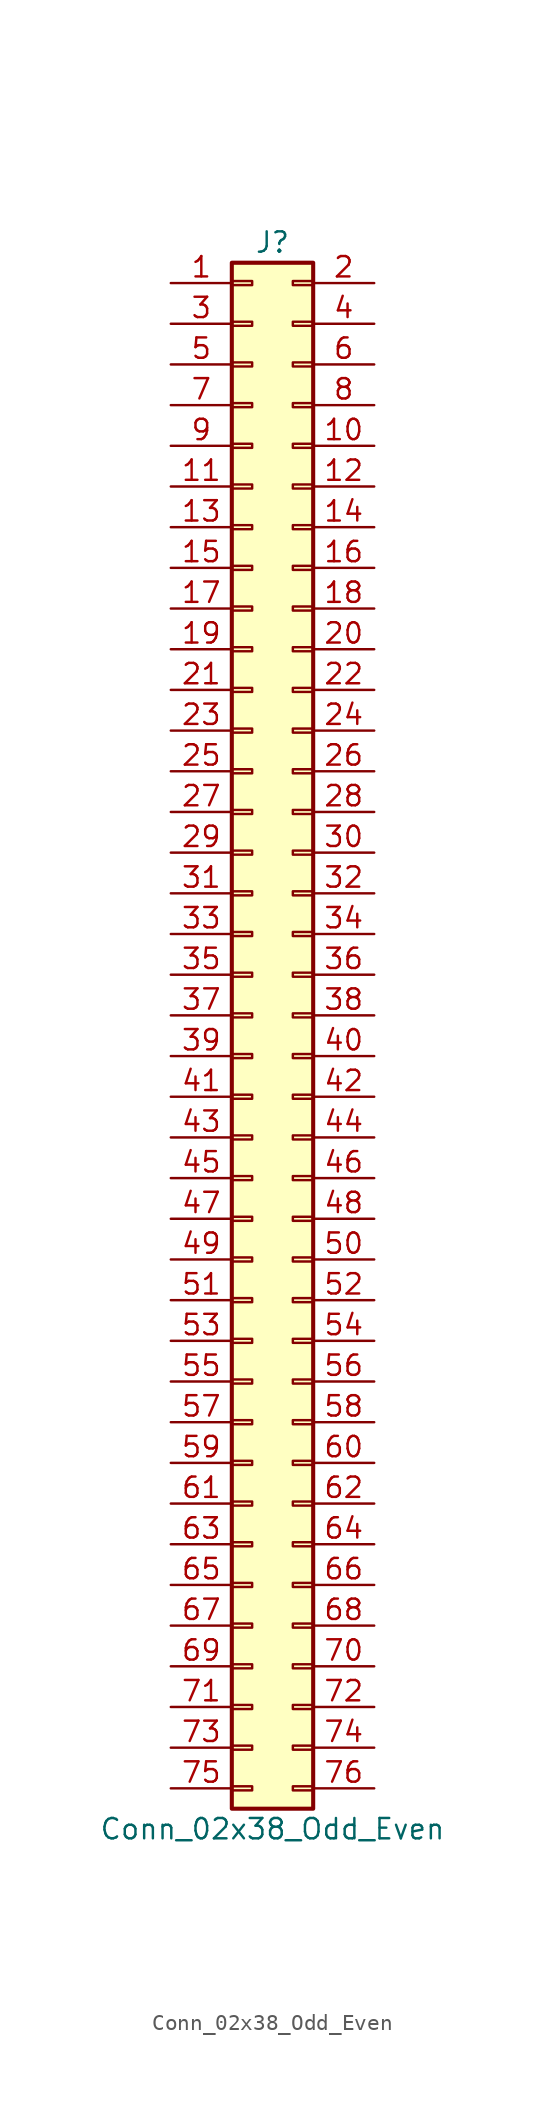
<source format=kicad_sym>
(kicad_symbol_lib
  (version 20201005)
  (generator kicad_symbol_editor)
  (symbol "Conn_02x38_Odd_Even"
    (pin_names
      (offset 1.016) hide)
    (property "Reference" "J"
      (at 1.27 48.26 0)
      (effects (font (size 1.27 1.27))))
    (property "Value" "Conn_02x38_Odd_Even"
      (at 1.27 -50.8 0)
      (effects (font (size 1.27 1.27))))
    (symbol "Conn_02x38_Odd_Even_1_1"
      (rectangle (start -1.27 -48.133) (end 0 -48.387) (stroke (width 0.152)) (fill (type none)))
      (rectangle (start -1.27 -45.593) (end 0 -45.847) (stroke (width 0.152)) (fill (type none)))
      (rectangle (start -1.27 -43.053) (end 0 -43.307) (stroke (width 0.152)) (fill (type none)))
      (rectangle (start -1.27 -40.513) (end 0 -40.767) (stroke (width 0.152)) (fill (type none)))
      (rectangle (start -1.27 -37.973) (end 0 -38.227) (stroke (width 0.152)) (fill (type none)))
      (rectangle (start -1.27 -35.433) (end 0 -35.687) (stroke (width 0.152)) (fill (type none)))
      (rectangle (start -1.27 -32.893) (end 0 -33.147) (stroke (width 0.152)) (fill (type none)))
      (rectangle (start -1.27 -30.353) (end 0 -30.607) (stroke (width 0.152)) (fill (type none)))
      (rectangle (start -1.27 -27.813) (end 0 -28.067) (stroke (width 0.152)) (fill (type none)))
      (rectangle (start -1.27 -25.273) (end 0 -25.527) (stroke (width 0.152)) (fill (type none)))
      (rectangle (start -1.27 -22.733) (end 0 -22.987) (stroke (width 0.152)) (fill (type none)))
      (rectangle (start -1.27 -20.193) (end 0 -20.447) (stroke (width 0.152)) (fill (type none)))
      (rectangle (start -1.27 -17.653) (end 0 -17.907) (stroke (width 0.152)) (fill (type none)))
      (rectangle (start -1.27 -15.113) (end 0 -15.367) (stroke (width 0.152)) (fill (type none)))
      (rectangle (start -1.27 -12.573) (end 0 -12.827) (stroke (width 0.152)) (fill (type none)))
      (rectangle (start -1.27 -10.033) (end 0 -10.287) (stroke (width 0.152)) (fill (type none)))
      (rectangle (start -1.27 -7.493) (end 0 -7.747) (stroke (width 0.152)) (fill (type none)))
      (rectangle (start -1.27 -4.953) (end 0 -5.207) (stroke (width 0.152)) (fill (type none)))
      (rectangle (start -1.27 -2.413) (end 0 -2.667) (stroke (width 0.152)) (fill (type none)))
      (rectangle (start -1.27 0.127) (end 0 -0.127) (stroke (width 0.152)) (fill (type none)))
      (rectangle (start -1.27 2.667) (end 0 2.413) (stroke (width 0.152)) (fill (type none)))
      (rectangle (start -1.27 5.207) (end 0 4.953) (stroke (width 0.152)) (fill (type none)))
      (rectangle (start -1.27 7.747) (end 0 7.493) (stroke (width 0.152)) (fill (type none)))
      (rectangle (start -1.27 10.287) (end 0 10.033) (stroke (width 0.152)) (fill (type none)))
      (rectangle (start -1.27 12.827) (end 0 12.573) (stroke (width 0.152)) (fill (type none)))
      (rectangle (start -1.27 15.367) (end 0 15.113) (stroke (width 0.152)) (fill (type none)))
      (rectangle (start -1.27 17.907) (end 0 17.653) (stroke (width 0.152)) (fill (type none)))
      (rectangle (start -1.27 20.447) (end 0 20.193) (stroke (width 0.152)) (fill (type none)))
      (rectangle (start -1.27 22.987) (end 0 22.733) (stroke (width 0.152)) (fill (type none)))
      (rectangle (start -1.27 25.527) (end 0 25.273) (stroke (width 0.152)) (fill (type none)))
      (rectangle (start -1.27 28.067) (end 0 27.813) (stroke (width 0.152)) (fill (type none)))
      (rectangle (start -1.27 30.607) (end 0 30.353) (stroke (width 0.152)) (fill (type none)))
      (rectangle (start -1.27 33.147) (end 0 32.893) (stroke (width 0.152)) (fill (type none)))
      (rectangle (start -1.27 35.687) (end 0 35.433) (stroke (width 0.152)) (fill (type none)))
      (rectangle (start -1.27 38.227) (end 0 37.973) (stroke (width 0.152)) (fill (type none)))
      (rectangle (start -1.27 40.767) (end 0 40.513) (stroke (width 0.152)) (fill (type none)))
      (rectangle (start -1.27 43.307) (end 0 43.053) (stroke (width 0.152)) (fill (type none)))
      (rectangle (start -1.27 45.847) (end 0 45.593) (stroke (width 0.152)) (fill (type none)))
      (rectangle (start 3.81 -48.133) (end 2.54 -48.387) (stroke (width 0.152)) (fill (type none)))
      (rectangle (start 3.81 -45.593) (end 2.54 -45.847) (stroke (width 0.152)) (fill (type none)))
      (rectangle (start 3.81 -43.053) (end 2.54 -43.307) (stroke (width 0.152)) (fill (type none)))
      (rectangle (start 3.81 -40.513) (end 2.54 -40.767) (stroke (width 0.152)) (fill (type none)))
      (rectangle (start 3.81 -37.973) (end 2.54 -38.227) (stroke (width 0.152)) (fill (type none)))
      (rectangle (start 3.81 -35.433) (end 2.54 -35.687) (stroke (width 0.152)) (fill (type none)))
      (rectangle (start 3.81 -32.893) (end 2.54 -33.147) (stroke (width 0.152)) (fill (type none)))
      (rectangle (start 3.81 -30.353) (end 2.54 -30.607) (stroke (width 0.152)) (fill (type none)))
      (rectangle (start 3.81 -27.813) (end 2.54 -28.067) (stroke (width 0.152)) (fill (type none)))
      (rectangle (start 3.81 -25.273) (end 2.54 -25.527) (stroke (width 0.152)) (fill (type none)))
      (rectangle (start 3.81 -22.733) (end 2.54 -22.987) (stroke (width 0.152)) (fill (type none)))
      (rectangle (start 3.81 -20.193) (end 2.54 -20.447) (stroke (width 0.152)) (fill (type none)))
      (rectangle (start 3.81 -17.653) (end 2.54 -17.907) (stroke (width 0.152)) (fill (type none)))
      (rectangle (start 3.81 -15.113) (end 2.54 -15.367) (stroke (width 0.152)) (fill (type none)))
      (rectangle (start 3.81 -12.573) (end 2.54 -12.827) (stroke (width 0.152)) (fill (type none)))
      (rectangle (start 3.81 -10.033) (end 2.54 -10.287) (stroke (width 0.152)) (fill (type none)))
      (rectangle (start 3.81 -7.493) (end 2.54 -7.747) (stroke (width 0.152)) (fill (type none)))
      (rectangle (start 3.81 -4.953) (end 2.54 -5.207) (stroke (width 0.152)) (fill (type none)))
      (rectangle (start 3.81 -2.413) (end 2.54 -2.667) (stroke (width 0.152)) (fill (type none)))
      (rectangle (start 3.81 0.127) (end 2.54 -0.127) (stroke (width 0.152)) (fill (type none)))
      (rectangle (start 3.81 2.667) (end 2.54 2.413) (stroke (width 0.152)) (fill (type none)))
      (rectangle (start 3.81 5.207) (end 2.54 4.953) (stroke (width 0.152)) (fill (type none)))
      (rectangle (start 3.81 7.747) (end 2.54 7.493) (stroke (width 0.152)) (fill (type none)))
      (rectangle (start 3.81 10.287) (end 2.54 10.033) (stroke (width 0.152)) (fill (type none)))
      (rectangle (start 3.81 12.827) (end 2.54 12.573) (stroke (width 0.152)) (fill (type none)))
      (rectangle (start 3.81 15.367) (end 2.54 15.113) (stroke (width 0.152)) (fill (type none)))
      (rectangle (start 3.81 17.907) (end 2.54 17.653) (stroke (width 0.152)) (fill (type none)))
      (rectangle (start 3.81 20.447) (end 2.54 20.193) (stroke (width 0.152)) (fill (type none)))
      (rectangle (start 3.81 22.987) (end 2.54 22.733) (stroke (width 0.152)) (fill (type none)))
      (rectangle (start 3.81 25.527) (end 2.54 25.273) (stroke (width 0.152)) (fill (type none)))
      (rectangle (start 3.81 28.067) (end 2.54 27.813) (stroke (width 0.152)) (fill (type none)))
      (rectangle (start 3.81 30.607) (end 2.54 30.353) (stroke (width 0.152)) (fill (type none)))
      (rectangle (start 3.81 33.147) (end 2.54 32.893) (stroke (width 0.152)) (fill (type none)))
      (rectangle (start 3.81 35.687) (end 2.54 35.433) (stroke (width 0.152)) (fill (type none)))
      (rectangle (start 3.81 38.227) (end 2.54 37.973) (stroke (width 0.152)) (fill (type none)))
      (rectangle (start 3.81 40.767) (end 2.54 40.513) (stroke (width 0.152)) (fill (type none)))
      (rectangle (start 3.81 43.307) (end 2.54 43.053) (stroke (width 0.152)) (fill (type none)))
      (rectangle (start 3.81 45.847) (end 2.54 45.593) (stroke (width 0.152)) (fill (type none)))
      (rectangle (start -1.27 46.99) (end 3.81 -49.53) (stroke (width 0.254)) (fill (type background)))
      (pin passive line (at -5.08 45.72 0) (length 3.81) (name "Pin_1" (effects (font (size 1.27 1.27)))) (number "1" (effects (font (size 1.27 1.27)))))
      (pin passive line (at 7.62 35.56 180) (length 3.81) (name "Pin_10" (effects (font (size 1.27 1.27)))) (number "10" (effects (font (size 1.27 1.27)))))
      (pin passive line (at -5.08 33.02 0) (length 3.81) (name "Pin_11" (effects (font (size 1.27 1.27)))) (number "11" (effects (font (size 1.27 1.27)))))
      (pin passive line (at 7.62 33.02 180) (length 3.81) (name "Pin_12" (effects (font (size 1.27 1.27)))) (number "12" (effects (font (size 1.27 1.27)))))
      (pin passive line (at -5.08 30.48 0) (length 3.81) (name "Pin_13" (effects (font (size 1.27 1.27)))) (number "13" (effects (font (size 1.27 1.27)))))
      (pin passive line (at 7.62 30.48 180) (length 3.81) (name "Pin_14" (effects (font (size 1.27 1.27)))) (number "14" (effects (font (size 1.27 1.27)))))
      (pin passive line (at -5.08 27.94 0) (length 3.81) (name "Pin_15" (effects (font (size 1.27 1.27)))) (number "15" (effects (font (size 1.27 1.27)))))
      (pin passive line (at 7.62 27.94 180) (length 3.81) (name "Pin_16" (effects (font (size 1.27 1.27)))) (number "16" (effects (font (size 1.27 1.27)))))
      (pin passive line (at -5.08 25.4 0) (length 3.81) (name "Pin_17" (effects (font (size 1.27 1.27)))) (number "17" (effects (font (size 1.27 1.27)))))
      (pin passive line (at 7.62 25.4 180) (length 3.81) (name "Pin_18" (effects (font (size 1.27 1.27)))) (number "18" (effects (font (size 1.27 1.27)))))
      (pin passive line (at -5.08 22.86 0) (length 3.81) (name "Pin_19" (effects (font (size 1.27 1.27)))) (number "19" (effects (font (size 1.27 1.27)))))
      (pin passive line (at 7.62 45.72 180) (length 3.81) (name "Pin_2" (effects (font (size 1.27 1.27)))) (number "2" (effects (font (size 1.27 1.27)))))
      (pin passive line (at 7.62 22.86 180) (length 3.81) (name "Pin_20" (effects (font (size 1.27 1.27)))) (number "20" (effects (font (size 1.27 1.27)))))
      (pin passive line (at -5.08 20.32 0) (length 3.81) (name "Pin_21" (effects (font (size 1.27 1.27)))) (number "21" (effects (font (size 1.27 1.27)))))
      (pin passive line (at 7.62 20.32 180) (length 3.81) (name "Pin_22" (effects (font (size 1.27 1.27)))) (number "22" (effects (font (size 1.27 1.27)))))
      (pin passive line (at -5.08 17.78 0) (length 3.81) (name "Pin_23" (effects (font (size 1.27 1.27)))) (number "23" (effects (font (size 1.27 1.27)))))
      (pin passive line (at 7.62 17.78 180) (length 3.81) (name "Pin_24" (effects (font (size 1.27 1.27)))) (number "24" (effects (font (size 1.27 1.27)))))
      (pin passive line (at -5.08 15.24 0) (length 3.81) (name "Pin_25" (effects (font (size 1.27 1.27)))) (number "25" (effects (font (size 1.27 1.27)))))
      (pin passive line (at 7.62 15.24 180) (length 3.81) (name "Pin_26" (effects (font (size 1.27 1.27)))) (number "26" (effects (font (size 1.27 1.27)))))
      (pin passive line (at -5.08 12.7 0) (length 3.81) (name "Pin_27" (effects (font (size 1.27 1.27)))) (number "27" (effects (font (size 1.27 1.27)))))
      (pin passive line (at 7.62 12.7 180) (length 3.81) (name "Pin_28" (effects (font (size 1.27 1.27)))) (number "28" (effects (font (size 1.27 1.27)))))
      (pin passive line (at -5.08 10.16 0) (length 3.81) (name "Pin_29" (effects (font (size 1.27 1.27)))) (number "29" (effects (font (size 1.27 1.27)))))
      (pin passive line (at -5.08 43.18 0) (length 3.81) (name "Pin_3" (effects (font (size 1.27 1.27)))) (number "3" (effects (font (size 1.27 1.27)))))
      (pin passive line (at 7.62 10.16 180) (length 3.81) (name "Pin_30" (effects (font (size 1.27 1.27)))) (number "30" (effects (font (size 1.27 1.27)))))
      (pin passive line (at -5.08 7.62 0) (length 3.81) (name "Pin_31" (effects (font (size 1.27 1.27)))) (number "31" (effects (font (size 1.27 1.27)))))
      (pin passive line (at 7.62 7.62 180) (length 3.81) (name "Pin_32" (effects (font (size 1.27 1.27)))) (number "32" (effects (font (size 1.27 1.27)))))
      (pin passive line (at -5.08 5.08 0) (length 3.81) (name "Pin_33" (effects (font (size 1.27 1.27)))) (number "33" (effects (font (size 1.27 1.27)))))
      (pin passive line (at 7.62 5.08 180) (length 3.81) (name "Pin_34" (effects (font (size 1.27 1.27)))) (number "34" (effects (font (size 1.27 1.27)))))
      (pin passive line (at -5.08 2.54 0) (length 3.81) (name "Pin_35" (effects (font (size 1.27 1.27)))) (number "35" (effects (font (size 1.27 1.27)))))
      (pin passive line (at 7.62 2.54 180) (length 3.81) (name "Pin_36" (effects (font (size 1.27 1.27)))) (number "36" (effects (font (size 1.27 1.27)))))
      (pin passive line (at -5.08 0 0) (length 3.81) (name "Pin_37" (effects (font (size 1.27 1.27)))) (number "37" (effects (font (size 1.27 1.27)))))
      (pin passive line (at 7.62 0 180) (length 3.81) (name "Pin_38" (effects (font (size 1.27 1.27)))) (number "38" (effects (font (size 1.27 1.27)))))
      (pin passive line (at -5.08 -2.54 0) (length 3.81) (name "Pin_39" (effects (font (size 1.27 1.27)))) (number "39" (effects (font (size 1.27 1.27)))))
      (pin passive line (at 7.62 43.18 180) (length 3.81) (name "Pin_4" (effects (font (size 1.27 1.27)))) (number "4" (effects (font (size 1.27 1.27)))))
      (pin passive line (at 7.62 -2.54 180) (length 3.81) (name "Pin_40" (effects (font (size 1.27 1.27)))) (number "40" (effects (font (size 1.27 1.27)))))
      (pin passive line (at -5.08 -5.08 0) (length 3.81) (name "Pin_41" (effects (font (size 1.27 1.27)))) (number "41" (effects (font (size 1.27 1.27)))))
      (pin passive line (at 7.62 -5.08 180) (length 3.81) (name "Pin_42" (effects (font (size 1.27 1.27)))) (number "42" (effects (font (size 1.27 1.27)))))
      (pin passive line (at -5.08 -7.62 0) (length 3.81) (name "Pin_43" (effects (font (size 1.27 1.27)))) (number "43" (effects (font (size 1.27 1.27)))))
      (pin passive line (at 7.62 -7.62 180) (length 3.81) (name "Pin_44" (effects (font (size 1.27 1.27)))) (number "44" (effects (font (size 1.27 1.27)))))
      (pin passive line (at -5.08 -10.16 0) (length 3.81) (name "Pin_45" (effects (font (size 1.27 1.27)))) (number "45" (effects (font (size 1.27 1.27)))))
      (pin passive line (at 7.62 -10.16 180) (length 3.81) (name "Pin_46" (effects (font (size 1.27 1.27)))) (number "46" (effects (font (size 1.27 1.27)))))
      (pin passive line (at -5.08 -12.7 0) (length 3.81) (name "Pin_47" (effects (font (size 1.27 1.27)))) (number "47" (effects (font (size 1.27 1.27)))))
      (pin passive line (at 7.62 -12.7 180) (length 3.81) (name "Pin_48" (effects (font (size 1.27 1.27)))) (number "48" (effects (font (size 1.27 1.27)))))
      (pin passive line (at -5.08 -15.24 0) (length 3.81) (name "Pin_49" (effects (font (size 1.27 1.27)))) (number "49" (effects (font (size 1.27 1.27)))))
      (pin passive line (at -5.08 40.64 0) (length 3.81) (name "Pin_5" (effects (font (size 1.27 1.27)))) (number "5" (effects (font (size 1.27 1.27)))))
      (pin passive line (at 7.62 -15.24 180) (length 3.81) (name "Pin_50" (effects (font (size 1.27 1.27)))) (number "50" (effects (font (size 1.27 1.27)))))
      (pin passive line (at -5.08 -17.78 0) (length 3.81) (name "Pin_51" (effects (font (size 1.27 1.27)))) (number "51" (effects (font (size 1.27 1.27)))))
      (pin passive line (at 7.62 -17.78 180) (length 3.81) (name "Pin_52" (effects (font (size 1.27 1.27)))) (number "52" (effects (font (size 1.27 1.27)))))
      (pin passive line (at -5.08 -20.32 0) (length 3.81) (name "Pin_53" (effects (font (size 1.27 1.27)))) (number "53" (effects (font (size 1.27 1.27)))))
      (pin passive line (at 7.62 -20.32 180) (length 3.81) (name "Pin_54" (effects (font (size 1.27 1.27)))) (number "54" (effects (font (size 1.27 1.27)))))
      (pin passive line (at -5.08 -22.86 0) (length 3.81) (name "Pin_55" (effects (font (size 1.27 1.27)))) (number "55" (effects (font (size 1.27 1.27)))))
      (pin passive line (at 7.62 -22.86 180) (length 3.81) (name "Pin_56" (effects (font (size 1.27 1.27)))) (number "56" (effects (font (size 1.27 1.27)))))
      (pin passive line (at -5.08 -25.4 0) (length 3.81) (name "Pin_57" (effects (font (size 1.27 1.27)))) (number "57" (effects (font (size 1.27 1.27)))))
      (pin passive line (at 7.62 -25.4 180) (length 3.81) (name "Pin_58" (effects (font (size 1.27 1.27)))) (number "58" (effects (font (size 1.27 1.27)))))
      (pin passive line (at -5.08 -27.94 0) (length 3.81) (name "Pin_59" (effects (font (size 1.27 1.27)))) (number "59" (effects (font (size 1.27 1.27)))))
      (pin passive line (at 7.62 40.64 180) (length 3.81) (name "Pin_6" (effects (font (size 1.27 1.27)))) (number "6" (effects (font (size 1.27 1.27)))))
      (pin passive line (at 7.62 -27.94 180) (length 3.81) (name "Pin_60" (effects (font (size 1.27 1.27)))) (number "60" (effects (font (size 1.27 1.27)))))
      (pin passive line (at -5.08 -30.48 0) (length 3.81) (name "Pin_61" (effects (font (size 1.27 1.27)))) (number "61" (effects (font (size 1.27 1.27)))))
      (pin passive line (at 7.62 -30.48 180) (length 3.81) (name "Pin_62" (effects (font (size 1.27 1.27)))) (number "62" (effects (font (size 1.27 1.27)))))
      (pin passive line (at -5.08 -33.02 0) (length 3.81) (name "Pin_63" (effects (font (size 1.27 1.27)))) (number "63" (effects (font (size 1.27 1.27)))))
      (pin passive line (at 7.62 -33.02 180) (length 3.81) (name "Pin_64" (effects (font (size 1.27 1.27)))) (number "64" (effects (font (size 1.27 1.27)))))
      (pin passive line (at -5.08 -35.56 0) (length 3.81) (name "Pin_65" (effects (font (size 1.27 1.27)))) (number "65" (effects (font (size 1.27 1.27)))))
      (pin passive line (at 7.62 -35.56 180) (length 3.81) (name "Pin_66" (effects (font (size 1.27 1.27)))) (number "66" (effects (font (size 1.27 1.27)))))
      (pin passive line (at -5.08 -38.1 0) (length 3.81) (name "Pin_67" (effects (font (size 1.27 1.27)))) (number "67" (effects (font (size 1.27 1.27)))))
      (pin passive line (at 7.62 -38.1 180) (length 3.81) (name "Pin_68" (effects (font (size 1.27 1.27)))) (number "68" (effects (font (size 1.27 1.27)))))
      (pin passive line (at -5.08 -40.64 0) (length 3.81) (name "Pin_69" (effects (font (size 1.27 1.27)))) (number "69" (effects (font (size 1.27 1.27)))))
      (pin passive line (at -5.08 38.1 0) (length 3.81) (name "Pin_7" (effects (font (size 1.27 1.27)))) (number "7" (effects (font (size 1.27 1.27)))))
      (pin passive line (at 7.62 -40.64 180) (length 3.81) (name "Pin_70" (effects (font (size 1.27 1.27)))) (number "70" (effects (font (size 1.27 1.27)))))
      (pin passive line (at -5.08 -43.18 0) (length 3.81) (name "Pin_71" (effects (font (size 1.27 1.27)))) (number "71" (effects (font (size 1.27 1.27)))))
      (pin passive line (at 7.62 -43.18 180) (length 3.81) (name "Pin_72" (effects (font (size 1.27 1.27)))) (number "72" (effects (font (size 1.27 1.27)))))
      (pin passive line (at -5.08 -45.72 0) (length 3.81) (name "Pin_73" (effects (font (size 1.27 1.27)))) (number "73" (effects (font (size 1.27 1.27)))))
      (pin passive line (at 7.62 -45.72 180) (length 3.81) (name "Pin_74" (effects (font (size 1.27 1.27)))) (number "74" (effects (font (size 1.27 1.27)))))
      (pin passive line (at -5.08 -48.26 0) (length 3.81) (name "Pin_75" (effects (font (size 1.27 1.27)))) (number "75" (effects (font (size 1.27 1.27)))))
      (pin passive line (at 7.62 -48.26 180) (length 3.81) (name "Pin_76" (effects (font (size 1.27 1.27)))) (number "76" (effects (font (size 1.27 1.27)))))
      (pin passive line (at 7.62 38.1 180) (length 3.81) (name "Pin_8" (effects (font (size 1.27 1.27)))) (number "8" (effects (font (size 1.27 1.27)))))
      (pin passive line (at -5.08 35.56 0) (length 3.81) (name "Pin_9" (effects (font (size 1.27 1.27)))) (number "9" (effects (font (size 1.27 1.27))))))))
</source>
